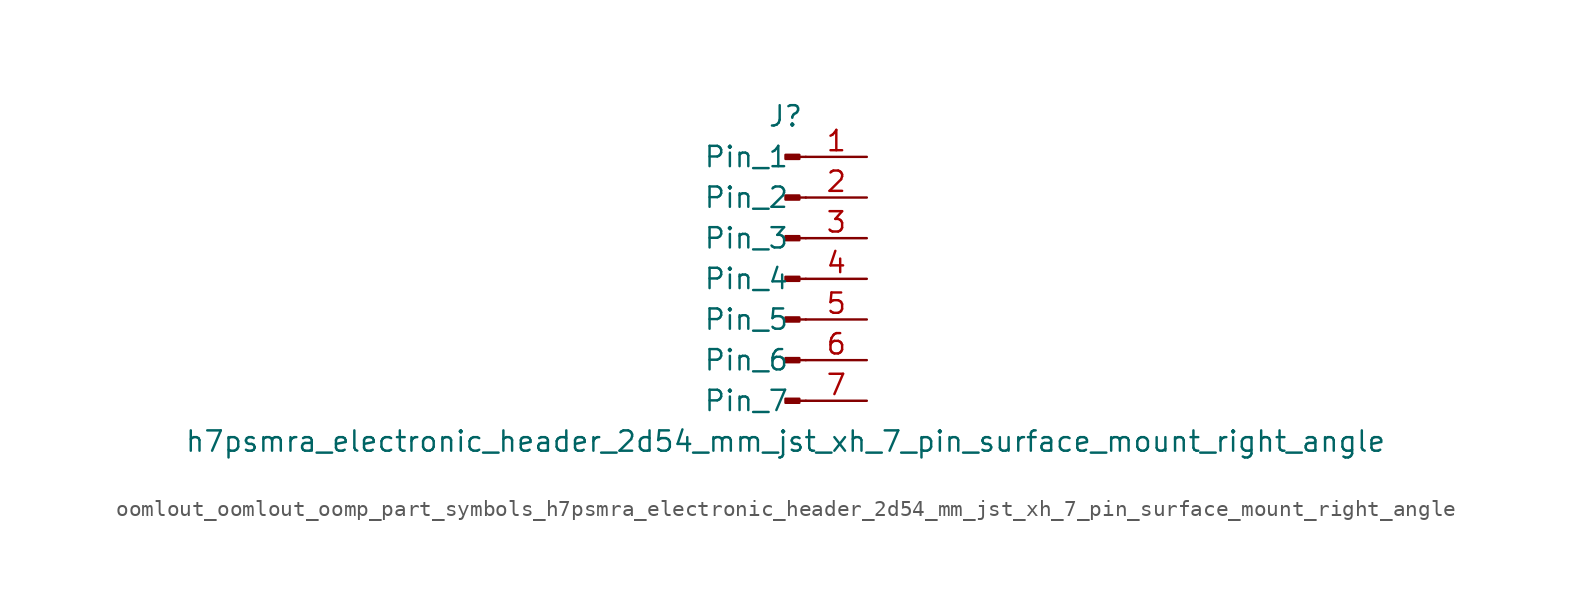
<source format=kicad_sym>
(kicad_symbol_lib
  (version 20220914)
  (generator kicad_symbol_editor)
  (symbol "oomlout_oomlout_oomp_part_symbols_h7psmra_electronic_header_2d54_mm_jst_xh_7_pin_surface_mount_right_angle"
    (pin_names
      (offset 1.016))
    (property "Reference" "J"
      (at 0 10.16 0)
      (effects (font (size 1.27 1.27))))
    (property "Value" "h7psmra_electronic_header_2d54_mm_jst_xh_7_pin_surface_mount_right_angle"
      (at 0 -10.16 0)
      (effects (font (size 1.27 1.27))))
    (property "ki_locked" ""
      (at 0 0 0)
      (effects (font (size 1.27 1.27))))
    (symbol "oomlout_oomlout_oomp_part_symbols_h7psmra_electronic_header_2d54_mm_jst_xh_7_pin_surface_mount_right_angle_1_1"
      (polyline (pts (xy 1.27 -7.62) (xy 0.864 -7.62)) (stroke (width 0.152) (type default)) (fill (type none)))
      (polyline (pts (xy 1.27 -5.08) (xy 0.864 -5.08)) (stroke (width 0.152) (type default)) (fill (type none)))
      (polyline (pts (xy 1.27 -2.54) (xy 0.864 -2.54)) (stroke (width 0.152) (type default)) (fill (type none)))
      (polyline (pts (xy 1.27 0) (xy 0.864 0)) (stroke (width 0.152) (type default)) (fill (type none)))
      (polyline (pts (xy 1.27 2.54) (xy 0.864 2.54)) (stroke (width 0.152) (type default)) (fill (type none)))
      (polyline (pts (xy 1.27 5.08) (xy 0.864 5.08)) (stroke (width 0.152) (type default)) (fill (type none)))
      (polyline (pts (xy 1.27 7.62) (xy 0.864 7.62)) (stroke (width 0.152) (type default)) (fill (type none)))
      (rectangle (start 0.864 -7.493) (end 0 -7.747) (stroke (width 0.152) (type default)) (fill (type outline)))
      (rectangle (start 0.864 -4.953) (end 0 -5.207) (stroke (width 0.152) (type default)) (fill (type outline)))
      (rectangle (start 0.864 -2.413) (end 0 -2.667) (stroke (width 0.152) (type default)) (fill (type outline)))
      (rectangle (start 0.864 0.127) (end 0 -0.127) (stroke (width 0.152) (type default)) (fill (type outline)))
      (rectangle (start 0.864 2.667) (end 0 2.413) (stroke (width 0.152) (type default)) (fill (type outline)))
      (rectangle (start 0.864 5.207) (end 0 4.953) (stroke (width 0.152) (type default)) (fill (type outline)))
      (rectangle (start 0.864 7.747) (end 0 7.493) (stroke (width 0.152) (type default)) (fill (type outline)))
      (pin passive line (at 5.08 7.62 180) (length 3.81) (name "Pin_1" (effects (font (size 1.27 1.27)))) (number "1" (effects (font (size 1.27 1.27)))))
      (pin passive line (at 5.08 5.08 180) (length 3.81) (name "Pin_2" (effects (font (size 1.27 1.27)))) (number "2" (effects (font (size 1.27 1.27)))))
      (pin passive line (at 5.08 2.54 180) (length 3.81) (name "Pin_3" (effects (font (size 1.27 1.27)))) (number "3" (effects (font (size 1.27 1.27)))))
      (pin passive line (at 5.08 0 180) (length 3.81) (name "Pin_4" (effects (font (size 1.27 1.27)))) (number "4" (effects (font (size 1.27 1.27)))))
      (pin passive line (at 5.08 -2.54 180) (length 3.81) (name "Pin_5" (effects (font (size 1.27 1.27)))) (number "5" (effects (font (size 1.27 1.27)))))
      (pin passive line (at 5.08 -5.08 180) (length 3.81) (name "Pin_6" (effects (font (size 1.27 1.27)))) (number "6" (effects (font (size 1.27 1.27)))))
      (pin passive line (at 5.08 -7.62 180) (length 3.81) (name "Pin_7" (effects (font (size 1.27 1.27)))) (number "7" (effects (font (size 1.27 1.27))))))))
</source>
